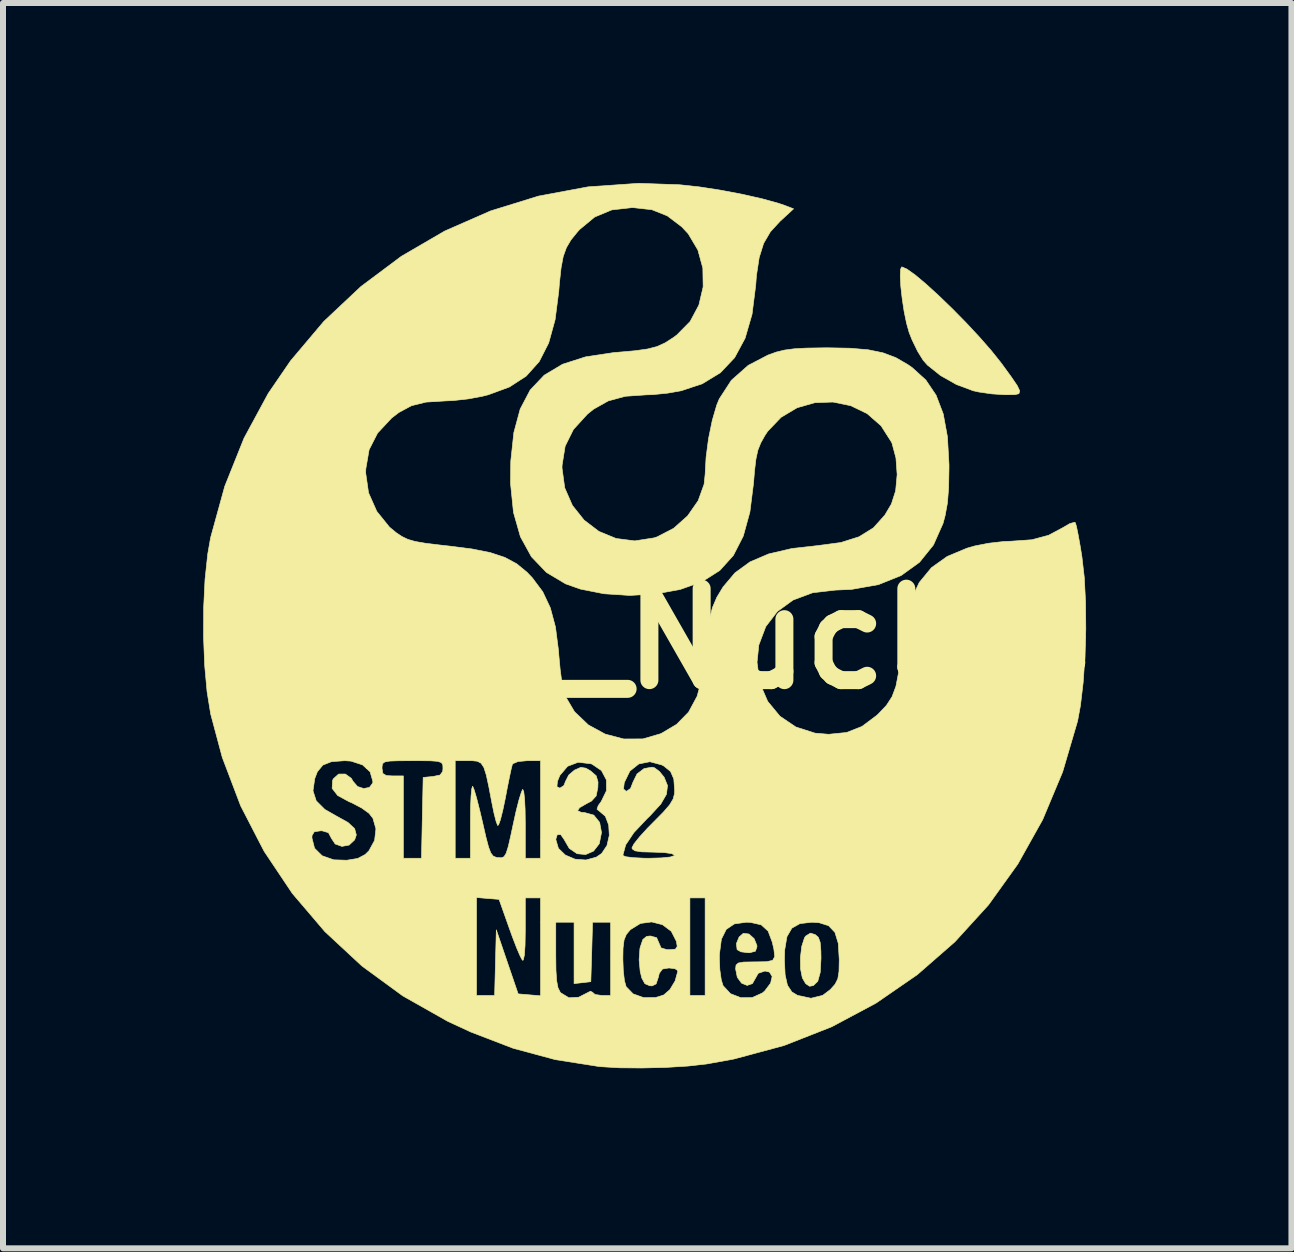
<source format=kicad_pcb>
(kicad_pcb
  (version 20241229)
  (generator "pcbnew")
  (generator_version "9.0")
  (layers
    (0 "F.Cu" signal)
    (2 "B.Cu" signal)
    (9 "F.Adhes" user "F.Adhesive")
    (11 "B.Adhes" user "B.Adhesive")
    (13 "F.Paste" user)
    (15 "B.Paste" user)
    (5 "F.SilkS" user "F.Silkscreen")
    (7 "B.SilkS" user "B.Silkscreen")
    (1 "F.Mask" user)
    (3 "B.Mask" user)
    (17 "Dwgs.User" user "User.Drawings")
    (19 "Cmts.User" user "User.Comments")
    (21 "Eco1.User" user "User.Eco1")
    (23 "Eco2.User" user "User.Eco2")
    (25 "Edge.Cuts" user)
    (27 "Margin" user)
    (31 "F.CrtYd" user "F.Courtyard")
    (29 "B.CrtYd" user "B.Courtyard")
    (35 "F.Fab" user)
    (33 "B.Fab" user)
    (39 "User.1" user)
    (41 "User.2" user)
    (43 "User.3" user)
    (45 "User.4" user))
  (footprint "LOGO_Nucleo"
    (layer "F.Cu")
    (at 7.736 7.595)
    (property "Reference" "LOGO_Nucleo" (at 0 0 0) (layer "F.SilkS") (effects (font (size 1.524 1.524) (thickness 0.3))))
    (attr through_hole)
    (fp_poly (pts (xy 1.694 4.92) (xy 1.781 4.997) (xy 1.827 5.109) (xy 1.829 5.134) (xy 1.803 5.207) (xy 1.708 5.232) (xy 1.679 5.232) (xy 1.562 5.217) (xy 1.498 5.181) (xy 1.486 5.081) (xy 1.531 4.971) (xy 1.601 4.909) (xy 1.694 4.92)) (stroke (width 0.01) (type solid)) (fill yes) (layer "F.SilkS"))
    (fp_poly (pts (xy 2.799 4.93) (xy 2.852 4.976) (xy 2.882 5.058) (xy 2.894 5.201) (xy 2.896 5.326) (xy 2.883 5.561) (xy 2.842 5.709) (xy 2.768 5.78) (xy 2.706 5.791) (xy 2.642 5.749) (xy 2.585 5.652) (xy 2.555 5.501) (xy 2.553 5.312) (xy 2.575 5.127) (xy 2.62 4.986) (xy 2.639 4.956) (xy 2.719 4.906) (xy 2.799 4.93)) (stroke (width 0.01) (type solid)) (fill yes) (layer "F.SilkS"))
    (fp_poly (pts (xy 4.328 -6.161) (xy 4.468 -6.061) (xy 4.649 -5.909) (xy 4.859 -5.717) (xy 5.085 -5.499) (xy 5.315 -5.265) (xy 5.534 -5.03) (xy 5.732 -4.804) (xy 5.895 -4.6) (xy 5.915 -4.573) (xy 6.07 -4.36) (xy 6.167 -4.217) (xy 6.208 -4.13) (xy 6.194 -4.084) (xy 6.125 -4.068) (xy 6.003 -4.067) (xy 5.958 -4.067) (xy 5.743 -4.081) (xy 5.526 -4.112) (xy 5.432 -4.133) (xy 5.151 -4.238) (xy 4.886 -4.388) (xy 4.67 -4.561) (xy 4.597 -4.644) (xy 4.506 -4.791) (xy 4.413 -4.983) (xy 4.365 -5.104) (xy 4.321 -5.261) (xy 4.281 -5.457) (xy 4.249 -5.668) (xy 4.226 -5.871) (xy 4.217 -6.042) (xy 4.222 -6.159) (xy 4.242 -6.198) (xy 4.328 -6.161)) (stroke (width 0.01) (type solid)) (fill yes) (layer "F.SilkS"))
    (fp_poly (pts (xy 0.542 -7.566) (xy 0.866 -7.531) (xy 1.222 -7.476) (xy 1.581 -7.408) (xy 1.913 -7.333) (xy 2.188 -7.257) (xy 2.299 -7.219) (xy 2.439 -7.165) (xy 2.213 -6.957) (xy 2.053 -6.783) (xy 1.94 -6.59) (xy 1.866 -6.354) (xy 1.82 -6.052) (xy 1.808 -5.891) (xy 1.747 -5.408) (xy 1.631 -5.008) (xy 1.457 -4.685) (xy 1.22 -4.434) (xy 0.918 -4.25) (xy 0.566 -4.133) (xy 0.338 -4.093) (xy 0.089 -4.068) (xy -0.016 -4.065) (xy -0.365 -4.041) (xy -0.649 -3.964) (xy -0.893 -3.827) (xy -0.997 -3.743) (xy -1.23 -3.488) (xy -1.368 -3.209) (xy -1.419 -2.891) (xy -1.42 -2.845) (xy -1.375 -2.515) (xy -1.247 -2.222) (xy -1.052 -1.977) (xy -0.805 -1.789) (xy -0.518 -1.671) (xy -0.208 -1.631) (xy 0.113 -1.681) (xy 0.165 -1.698) (xy 0.441 -1.841) (xy 0.674 -2.049) (xy 0.849 -2.301) (xy 0.948 -2.575) (xy 0.965 -2.738) (xy 0.981 -3.025) (xy 1.022 -3.337) (xy 1.084 -3.639) (xy 1.158 -3.893) (xy 1.2 -3.996) (xy 1.402 -4.307) (xy 1.683 -4.556) (xy 2.013 -4.728) (xy 2.152 -4.778) (xy 2.288 -4.811) (xy 2.446 -4.832) (xy 2.652 -4.844) (xy 2.928 -4.848) (xy 2.997 -4.849) (xy 3.379 -4.842) (xy 3.683 -4.816) (xy 3.93 -4.765) (xy 4.143 -4.685) (xy 4.343 -4.569) (xy 4.415 -4.519) (xy 4.643 -4.312) (xy 4.814 -4.059) (xy 4.933 -3.747) (xy 5.003 -3.366) (xy 5.029 -2.904) (xy 5.029 -2.841) (xy 5.023 -2.517) (xy 5.003 -2.263) (xy 4.964 -2.05) (xy 4.929 -1.921) (xy 4.77 -1.563) (xy 4.537 -1.274) (xy 4.23 -1.053) (xy 3.853 -0.902) (xy 3.406 -0.823) (xy 3.134 -0.811) (xy 2.757 -0.767) (xy 2.432 -0.646) (xy 2.169 -0.455) (xy 1.976 -0.203) (xy 1.86 0.103) (xy 1.83 0.392) (xy 1.877 0.741) (xy 2.008 1.044) (xy 2.212 1.291) (xy 2.478 1.471) (xy 2.797 1.573) (xy 3.023 1.592) (xy 3.322 1.562) (xy 3.579 1.461) (xy 3.826 1.276) (xy 3.852 1.252) (xy 3.986 1.111) (xy 4.08 0.966) (xy 4.145 0.792) (xy 4.188 0.566) (xy 4.22 0.263) (xy 4.221 0.25) (xy 4.282 -0.229) (xy 4.384 -0.621) (xy 4.533 -0.937) (xy 4.736 -1.184) (xy 4.998 -1.371) (xy 5.327 -1.509) (xy 5.459 -1.547) (xy 5.69 -1.592) (xy 5.944 -1.621) (xy 6.069 -1.626) (xy 6.41 -1.65) (xy 6.69 -1.725) (xy 6.927 -1.852) (xy 7.042 -1.919) (xy 7.121 -1.941) (xy 7.135 -1.934) (xy 7.154 -1.868) (xy 7.183 -1.726) (xy 7.218 -1.529) (xy 7.244 -1.368) (xy 7.284 -1.018) (xy 7.305 -0.606) (xy 7.309 -0.159) (xy 7.295 0.295) (xy 7.265 0.728) (xy 7.22 1.111) (xy 7.172 1.372) (xy 6.923 2.219) (xy 6.59 3.015) (xy 6.176 3.755) (xy 5.687 4.436) (xy 5.127 5.051) (xy 4.501 5.598) (xy 3.815 6.071) (xy 3.073 6.467) (xy 2.279 6.779) (xy 1.439 7.005) (xy 0.991 7.086) (xy 0.678 7.121) (xy 0.306 7.144) (xy -0.086 7.153) (xy -0.461 7.15) (xy -0.779 7.131) (xy -0.813 7.127) (xy -1.531 7.014) (xy -2.233 6.825) (xy -2.941 6.553) (xy -3.327 6.374) (xy -4.073 5.952) (xy -4.084 5.944) (xy -2.845 5.944) (xy -2.543 5.944) (xy -2.515 4.851) (xy -2.333 5.385) (xy -2.151 5.918) (xy -1.965 5.934) (xy -1.778 5.95) (xy -1.778 4.724) (xy -1.524 4.724) (xy -1.524 5.266) (xy -1.521 5.525) (xy -1.509 5.701) (xy -1.487 5.816) (xy -1.451 5.888) (xy -1.44 5.901) (xy -1.305 5.983) (xy -1.143 5.974) (xy -1.027 5.915) (xy -0.946 5.874) (xy -0.914 5.89) (xy -0.87 5.928) (xy -0.764 5.944) (xy -0.762 5.944) (xy -0.61 5.944) (xy -0.61 5.335) (xy -0.406 5.335) (xy -0.399 5.531) (xy -0.38 5.697) (xy -0.352 5.797) (xy -0.352 5.797) (xy -0.235 5.918) (xy -0.061 5.98) (xy 0.139 5.979) (xy 0.274 5.937) (xy 0.378 5.847) (xy 0.465 5.702) (xy 0.507 5.55) (xy 0.508 5.53) (xy 0.464 5.499) (xy 0.362 5.486) (xy 0.254 5.504) (xy 0.201 5.576) (xy 0.185 5.642) (xy 0.148 5.752) (xy 0.081 5.785) (xy 0.04 5.782) (xy -0.039 5.748) (xy -0.09 5.655) (xy -0.117 5.545) (xy -0.135 5.352) (xy -0.122 5.165) (xy -0.116 5.139) (xy -0.073 5.012) (xy -0.01 4.96) (xy 0.053 4.953) (xy 0.157 4.982) (xy 0.194 5.067) (xy 0.23 5.151) (xy 0.323 5.18) (xy 0.365 5.182) (xy 0.47 5.173) (xy 0.5 5.127) (xy 0.486 5.042) (xy 0.401 4.875) (xy 0.254 4.765) (xy 0.074 4.719) (xy -0.113 4.744) (xy -0.278 4.846) (xy -0.282 4.849) (xy -0.349 4.929) (xy -0.386 5.021) (xy -0.403 5.156) (xy -0.406 5.335) (xy -0.61 5.335) (xy -0.61 4.724) (xy -0.911 4.724) (xy -0.925 5.22) (xy -0.94 5.715) (xy -1.219 5.747) (xy -1.219 4.724) (xy -1.524 4.724) (xy -1.778 4.724) (xy -1.778 4.318) (xy 0.711 4.318) (xy 0.711 5.944) (xy 0.965 5.944) (xy 0.965 5.32) (xy 1.202 5.32) (xy 1.21 5.515) (xy 1.234 5.684) (xy 1.264 5.781) (xy 1.388 5.915) (xy 1.561 5.982) (xy 1.749 5.98) (xy 1.919 5.903) (xy 1.958 5.87) (xy 2.056 5.74) (xy 2.082 5.628) (xy 2.038 5.555) (xy 1.962 5.537) (xy 1.85 5.575) (xy 1.814 5.639) (xy 1.753 5.747) (xy 1.665 5.777) (xy 1.572 5.739) (xy 1.501 5.642) (xy 1.473 5.502) (xy 1.48 5.439) (xy 1.517 5.404) (xy 1.606 5.388) (xy 1.77 5.385) (xy 1.803 5.385) (xy 1.989 5.382) (xy 2.091 5.359) (xy 2.099 5.344) (xy 2.286 5.344) (xy 2.298 5.6) (xy 2.337 5.775) (xy 2.411 5.886) (xy 2.505 5.943) (xy 2.729 5.991) (xy 2.924 5.943) (xy 3.052 5.846) (xy 3.131 5.757) (xy 3.176 5.668) (xy 3.196 5.546) (xy 3.2 5.358) (xy 3.2 5.345) (xy 3.184 5.076) (xy 3.128 4.893) (xy 3.023 4.782) (xy 2.861 4.731) (xy 2.743 4.724) (xy 2.545 4.747) (xy 2.41 4.823) (xy 2.328 4.965) (xy 2.291 5.186) (xy 2.286 5.344) (xy 2.099 5.344) (xy 2.125 5.297) (xy 2.111 5.174) (xy 2.084 5.056) (xy 2.015 4.872) (xy 1.899 4.767) (xy 1.717 4.726) (xy 1.65 4.724) (xy 1.452 4.752) (xy 1.317 4.843) (xy 1.236 5.006) (xy 1.204 5.251) (xy 1.202 5.32) (xy 0.965 5.32) (xy 0.965 4.318) (xy 0.711 4.318) (xy -1.778 4.318) (xy -2.032 4.318) (xy -2.032 4.862) (xy -2.036 5.109) (xy -2.048 5.276) (xy -2.066 5.355) (xy -2.08 5.357) (xy -2.116 5.291) (xy -2.176 5.152) (xy -2.249 4.962) (xy -2.298 4.826) (xy -2.469 4.343) (xy -2.657 4.328) (xy -2.845 4.312) (xy -2.845 5.944) (xy -4.084 5.944) (xy -4.755 5.453) (xy -5.371 4.881) (xy -5.915 4.243) (xy -6.384 3.542) (xy -6.5 3.318) (xy -5.588 3.318) (xy -5.544 3.491) (xy -5.418 3.616) (xy -5.224 3.684) (xy -5.007 3.691) (xy -4.824 3.661) (xy -4.701 3.596) (xy -4.638 3.534) (xy -4.543 3.36) (xy -4.521 3.168) (xy -4.571 2.992) (xy -4.636 2.909) (xy -4.756 2.822) (xy -4.917 2.737) (xy -4.967 2.716) (xy -5.159 2.612) (xy -5.251 2.493) (xy -5.243 2.359) (xy -5.231 2.334) (xy -5.143 2.255) (xy -5.031 2.254) (xy -4.932 2.325) (xy -4.903 2.375) (xy -4.828 2.462) (xy -4.725 2.496) (xy -4.629 2.477) (xy -4.575 2.405) (xy -4.572 2.378) (xy -4.618 2.218) (xy -4.682 2.159) (xy -4.42 2.159) (xy -4.406 2.245) (xy -4.347 2.28) (xy -4.242 2.286) (xy -4.064 2.286) (xy -4.064 3.658) (xy -3.762 3.658) (xy -3.748 2.985) (xy -3.734 2.311) (xy -3.569 2.295) (xy -3.453 2.271) (xy -3.408 2.211) (xy -3.404 2.156) (xy -3.407 2.1) (xy -3.43 2.064) (xy -3.49 2.043) (xy -3.607 2.034) (xy -3.799 2.032) (xy -3.912 2.032) (xy -3.2 2.032) (xy -3.2 3.658) (xy -2.946 3.658) (xy -2.946 3.04) (xy -2.944 2.807) (xy -2.936 2.62) (xy -2.924 2.498) (xy -2.91 2.458) (xy -2.908 2.459) (xy -2.883 2.521) (xy -2.842 2.66) (xy -2.792 2.857) (xy -2.743 3.064) (xy -2.687 3.309) (xy -2.644 3.472) (xy -2.606 3.571) (xy -2.566 3.622) (xy -2.516 3.643) (xy -2.485 3.647) (xy -2.427 3.65) (xy -2.385 3.631) (xy -2.35 3.573) (xy -2.315 3.461) (xy -2.273 3.277) (xy -2.235 3.099) (xy -2.185 2.872) (xy -2.137 2.684) (xy -2.097 2.556) (xy -2.075 2.509) (xy -2.058 2.546) (xy -2.044 2.666) (xy -2.035 2.849) (xy -2.032 3.07) (xy -2.032 3.658) (xy -1.778 3.658) (xy -1.778 3.343) (xy -1.524 3.343) (xy -1.48 3.493) (xy -1.364 3.605) (xy -1.203 3.673) (xy -1.023 3.687) (xy -0.85 3.64) (xy -0.805 3.61) (xy -0.406 3.61) (xy -0.36 3.632) (xy -0.234 3.648) (xy -0.054 3.657) (xy 0.025 3.658) (xy 0.236 3.652) (xy 0.385 3.637) (xy 0.454 3.613) (xy 0.457 3.607) (xy 0.41 3.581) (xy 0.284 3.563) (xy 0.102 3.556) (xy 0.102 3.556) (xy -0.093 3.551) (xy -0.204 3.534) (xy -0.25 3.502) (xy -0.254 3.482) (xy -0.22 3.417) (xy -0.127 3.301) (xy 0.007 3.154) (xy 0.102 3.058) (xy 0.269 2.889) (xy 0.375 2.766) (xy 0.432 2.67) (xy 0.455 2.581) (xy 0.457 2.527) (xy 0.443 2.336) (xy 0.389 2.212) (xy 0.28 2.123) (xy 0.244 2.103) (xy 0.045 2.049) (xy -0.14 2.086) (xy -0.289 2.205) (xy -0.382 2.396) (xy -0.383 2.4) (xy -0.395 2.504) (xy -0.354 2.539) (xy -0.342 2.54) (xy -0.278 2.495) (xy -0.236 2.387) (xy -0.17 2.253) (xy -0.052 2.163) (xy 0.081 2.14) (xy 0.121 2.15) (xy 0.203 2.211) (xy 0.282 2.308) (xy 0.338 2.446) (xy 0.321 2.591) (xy 0.226 2.755) (xy 0.046 2.951) (xy -0.002 2.997) (xy -0.222 3.23) (xy -0.359 3.435) (xy -0.406 3.607) (xy -0.406 3.61) (xy -0.805 3.61) (xy -0.759 3.578) (xy -0.671 3.446) (xy -0.632 3.277) (xy -0.642 3.104) (xy -0.698 2.958) (xy -0.796 2.874) (xy -0.837 2.841) (xy -0.816 2.78) (xy -0.766 2.711) (xy -0.679 2.532) (xy -0.68 2.353) (xy -0.762 2.197) (xy -0.919 2.09) (xy -0.94 2.083) (xy -1.151 2.058) (xy -1.327 2.125) (xy -1.456 2.277) (xy -1.496 2.375) (xy -1.505 2.465) (xy -1.455 2.489) (xy -1.389 2.446) (xy -1.362 2.377) (xy -1.308 2.271) (xy -1.212 2.189) (xy -1.107 2.143) (xy -1.021 2.157) (xy -0.943 2.203) (xy -0.85 2.284) (xy -0.82 2.387) (xy -0.823 2.48) (xy -0.851 2.619) (xy -0.928 2.704) (xy -1.002 2.743) (xy -1.128 2.815) (xy -1.16 2.866) (xy -1.098 2.893) (xy -1.045 2.896) (xy -0.891 2.939) (xy -0.793 3.06) (xy -0.762 3.229) (xy -0.799 3.416) (xy -0.895 3.539) (xy -1.027 3.596) (xy -1.169 3.582) (xy -1.299 3.493) (xy -1.388 3.34) (xy -1.442 3.263) (xy -1.499 3.265) (xy -1.524 3.343) (xy -1.778 3.343) (xy -1.778 2.032) (xy -2.001 2.032) (xy -2.153 2.046) (xy -2.239 2.082) (xy -2.248 2.095) (xy -2.267 2.17) (xy -2.299 2.32) (xy -2.339 2.52) (xy -2.364 2.655) (xy -2.407 2.859) (xy -2.446 3.014) (xy -2.477 3.101) (xy -2.492 3.112) (xy -2.518 3.045) (xy -2.553 2.909) (xy -2.587 2.743) (xy -2.64 2.464) (xy -2.682 2.27) (xy -2.722 2.145) (xy -2.769 2.074) (xy -2.831 2.041) (xy -2.916 2.032) (xy -2.974 2.032) (xy -3.2 2.032) (xy -3.912 2.032) (xy -4.142 2.033) (xy -4.29 2.038) (xy -4.373 2.053) (xy -4.41 2.081) (xy -4.419 2.129) (xy -4.42 2.159) (xy -4.682 2.159) (xy -4.744 2.102) (xy -4.936 2.039) (xy -5.041 2.032) (xy -5.261 2.048) (xy -5.405 2.105) (xy -5.497 2.216) (xy -5.541 2.331) (xy -5.57 2.534) (xy -5.516 2.701) (xy -5.373 2.844) (xy -5.189 2.949) (xy -4.987 3.061) (xy -4.876 3.164) (xy -4.848 3.269) (xy -4.876 3.352) (xy -4.968 3.438) (xy -5.088 3.46) (xy -5.2 3.42) (xy -5.262 3.327) (xy -5.312 3.232) (xy -5.415 3.201) (xy -5.441 3.2) (xy -5.548 3.216) (xy -5.586 3.278) (xy -5.588 3.318) (xy -6.5 3.318) (xy -6.775 2.785) (xy -7.082 1.976) (xy -7.275 1.254) (xy -7.335 0.884) (xy -7.375 0.445) (xy -7.394 -0.033) (xy -7.392 -0.522) (xy -7.369 -0.991) (xy -7.324 -1.412) (xy -7.276 -1.686) (xy -7.04 -2.542) (xy -6.951 -2.764) (xy -4.692 -2.764) (xy -4.644 -2.432) (xy -4.507 -2.123) (xy -4.295 -1.86) (xy -4.181 -1.766) (xy -4.086 -1.703) (xy -3.988 -1.656) (xy -3.866 -1.621) (xy -3.698 -1.592) (xy -3.462 -1.563) (xy -3.309 -1.546) (xy -2.921 -1.497) (xy -2.615 -1.436) (xy -2.373 -1.356) (xy -2.176 -1.25) (xy -2.005 -1.11) (xy -1.916 -1.017) (xy -1.741 -0.783) (xy -1.615 -0.516) (xy -1.529 -0.195) (xy -1.478 0.2) (xy -1.473 0.274) (xy -1.451 0.51) (xy -1.423 0.724) (xy -1.392 0.884) (xy -1.375 0.94) (xy -1.212 1.216) (xy -0.981 1.436) (xy -0.7 1.589) (xy -0.391 1.67) (xy -0.073 1.669) (xy 0.229 1.581) (xy 0.49 1.426) (xy 0.689 1.223) (xy 0.831 0.96) (xy 0.923 0.626) (xy 0.969 0.254) (xy 0.999 -0.073) (xy 1.036 -0.322) (xy 1.087 -0.52) (xy 1.159 -0.689) (xy 1.259 -0.855) (xy 1.264 -0.863) (xy 1.463 -1.099) (xy 1.713 -1.281) (xy 2.025 -1.414) (xy 2.411 -1.504) (xy 2.845 -1.553) (xy 3.228 -1.604) (xy 3.531 -1.7) (xy 3.77 -1.849) (xy 3.96 -2.061) (xy 4.069 -2.245) (xy 4.14 -2.466) (xy 4.165 -2.736) (xy 4.145 -3.013) (xy 4.08 -3.256) (xy 4.071 -3.277) (xy 3.897 -3.549) (xy 3.665 -3.752) (xy 3.392 -3.884) (xy 3.095 -3.945) (xy 2.792 -3.934) (xy 2.498 -3.85) (xy 2.231 -3.691) (xy 2.008 -3.458) (xy 1.961 -3.387) (xy 1.892 -3.264) (xy 1.844 -3.143) (xy 1.812 -2.997) (xy 1.788 -2.797) (xy 1.772 -2.597) (xy 1.711 -2.112) (xy 1.601 -1.712) (xy 1.436 -1.389) (xy 1.209 -1.138) (xy 0.915 -0.951) (xy 0.547 -0.821) (xy 0.146 -0.748) (xy -0.29 -0.722) (xy -0.72 -0.75) (xy -1.114 -0.828) (xy -1.36 -0.915) (xy -1.68 -1.106) (xy -1.93 -1.367) (xy -2.113 -1.7) (xy -2.229 -2.107) (xy -2.278 -2.589) (xy -2.274 -2.959) (xy -2.223 -3.435) (xy -2.117 -3.828) (xy -1.95 -4.146) (xy -1.717 -4.392) (xy -1.411 -4.575) (xy -1.027 -4.698) (xy -0.559 -4.769) (xy -0.485 -4.775) (xy -0.201 -4.8) (xy 0.006 -4.829) (xy 0.164 -4.87) (xy 0.298 -4.931) (xy 0.435 -5.019) (xy 0.494 -5.063) (xy 0.715 -5.287) (xy 0.861 -5.561) (xy 0.932 -5.864) (xy 0.927 -6.177) (xy 0.844 -6.479) (xy 0.683 -6.75) (xy 0.576 -6.865) (xy 0.334 -7.048) (xy 0.079 -7.15) (xy -0.225 -7.184) (xy -0.254 -7.185) (xy -0.591 -7.147) (xy -0.875 -7.029) (xy -1.125 -6.822) (xy -1.164 -6.779) (xy -1.271 -6.647) (xy -1.347 -6.518) (xy -1.4 -6.371) (xy -1.436 -6.179) (xy -1.464 -5.92) (xy -1.474 -5.791) (xy -1.535 -5.318) (xy -1.642 -4.93) (xy -1.8 -4.619) (xy -2.017 -4.377) (xy -2.298 -4.195) (xy -2.649 -4.066) (xy -2.744 -4.042) (xy -2.977 -3.998) (xy -3.229 -3.97) (xy -3.378 -3.963) (xy -3.686 -3.944) (xy -3.929 -3.884) (xy -4.139 -3.771) (xy -4.26 -3.678) (xy -4.494 -3.427) (xy -4.635 -3.15) (xy -4.69 -2.829) (xy -4.692 -2.764) (xy -6.951 -2.764) (xy -6.72 -3.341) (xy -6.316 -4.088) (xy -5.945 -4.63) (xy -5.39 -5.288) (xy -4.771 -5.87) (xy -4.097 -6.374) (xy -3.374 -6.795) (xy -2.61 -7.13) (xy -1.812 -7.377) (xy -0.987 -7.531) (xy -0.143 -7.59) (xy 0.542 -7.566)) (stroke (width 0.01) (type solid)) (fill yes) (layer "F.SilkS")))
  (gr_rect
    (start -3 -3)
    (end 18.472 17.754)
    (stroke (width 0.1) (type default))
    (fill no)
    (layer "Edge.Cuts")))
</source>
